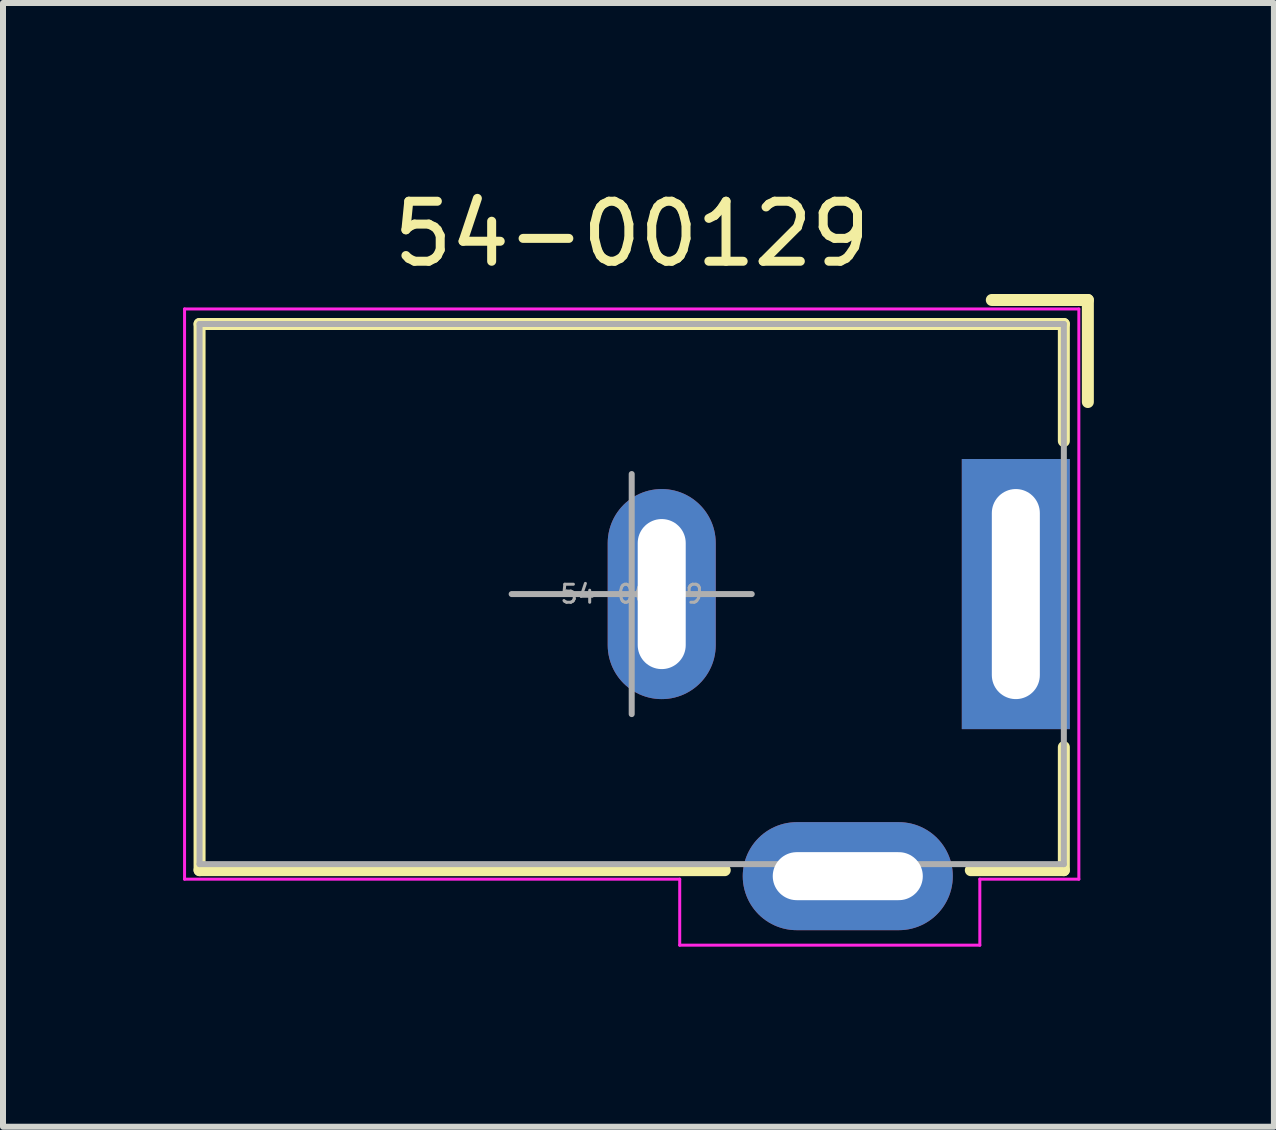
<source format=kicad_pcb>
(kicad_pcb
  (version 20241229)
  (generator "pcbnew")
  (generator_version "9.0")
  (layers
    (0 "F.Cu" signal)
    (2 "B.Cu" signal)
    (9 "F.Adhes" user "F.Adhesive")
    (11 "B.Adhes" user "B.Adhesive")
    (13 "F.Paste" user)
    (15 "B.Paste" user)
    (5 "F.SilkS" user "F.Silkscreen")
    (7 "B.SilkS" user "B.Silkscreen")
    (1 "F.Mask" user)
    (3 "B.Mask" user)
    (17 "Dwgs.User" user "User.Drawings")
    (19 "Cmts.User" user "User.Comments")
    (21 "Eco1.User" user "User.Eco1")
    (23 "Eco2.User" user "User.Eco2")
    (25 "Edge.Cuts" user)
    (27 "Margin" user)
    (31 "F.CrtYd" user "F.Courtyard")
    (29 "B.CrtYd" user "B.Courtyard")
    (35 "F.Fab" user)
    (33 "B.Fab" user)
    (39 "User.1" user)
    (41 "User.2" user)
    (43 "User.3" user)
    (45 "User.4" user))
  (footprint "54-00129"
    (layer "F.Cu")
    (at 7.475 6.848)
    (property "Reference" "54-00129" (at 0 -6 0) (layer "F.SilkS") (effects (font (size 1 1) (thickness 0.15))))
    (attr through_hole)
    (fp_line (start -7.2 -4.5) (end 7.2 -4.5) (stroke (width 0.2) (type solid)) (layer "F.SilkS"))
    (fp_line (start -7.2 4.6) (end -7.2 -4.5) (stroke (width 0.2) (type solid)) (layer "F.SilkS"))
    (fp_line (start 1.55 4.6) (end -7.2 4.6) (stroke (width 0.2) (type solid)) (layer "F.SilkS"))
    (fp_line (start 7.2 -4.5) (end 7.2 -2.55) (stroke (width 0.2) (type solid)) (layer "F.SilkS"))
    (fp_line (start 7.2 2.55) (end 7.2 4.6) (stroke (width 0.2) (type solid)) (layer "F.SilkS"))
    (fp_line (start 7.2 4.6) (end 5.65 4.6) (stroke (width 0.2) (type solid)) (layer "F.SilkS"))
    (fp_line (start 7.6 -4.9) (end 6 -4.9) (stroke (width 0.2) (type solid)) (layer "F.SilkS"))
    (fp_line (start 7.6 -3.2) (end 7.6 -4.9) (stroke (width 0.2) (type solid)) (layer "F.SilkS"))
    (fp_line (start -7.45 -4.75) (end -7.45 4.75) (stroke (width 0.05) (type solid)) (layer "F.CrtYd"))
    (fp_line (start -7.45 4.75) (end 0.8 4.75) (stroke (width 0.05) (type solid)) (layer "F.CrtYd"))
    (fp_line (start 0.8 5.85) (end 0.8 4.75) (stroke (width 0.05) (type solid)) (layer "F.CrtYd"))
    (fp_line (start 5.8 4.75) (end 7.45 4.75) (stroke (width 0.05) (type solid)) (layer "F.CrtYd"))
    (fp_line (start 5.8 5.85) (end 0.8 5.85) (stroke (width 0.05) (type solid)) (layer "F.CrtYd"))
    (fp_line (start 5.8 5.85) (end 5.8 4.75) (stroke (width 0.05) (type solid)) (layer "F.CrtYd"))
    (fp_line (start 7.45 -4.75) (end -7.45 -4.75) (stroke (width 0.05) (type solid)) (layer "F.CrtYd"))
    (fp_line (start 7.45 4.75) (end 7.45 -4.75) (stroke (width 0.05) (type solid)) (layer "F.CrtYd"))
    (fp_line (start -7.2 -4.5) (end 7.2 -4.5) (stroke (width 0.1) (type solid)) (layer "F.Fab"))
    (fp_line (start -7.2 4.5) (end -7.2 -4.5) (stroke (width 0.1) (type solid)) (layer "F.Fab"))
    (fp_line (start -2 0) (end 2 0) (stroke (width 0.1) (type solid)) (layer "F.Fab"))
    (fp_line (start 0 -2) (end 0 2) (stroke (width 0.1) (type solid)) (layer "F.Fab"))
    (fp_line (start 7.2 4.5) (end -7.2 4.5) (stroke (width 0.1) (type solid)) (layer "F.Fab"))
    (fp_line (start 7.2 4.5) (end 7.2 -4.5) (stroke (width 0.1) (type solid)) (layer "F.Fab"))
    (fp_text user "${REFERENCE}" (at 0 0 0) (layer "F.Fab") (effects (font (size 0.3 0.3) (thickness 0.05))))
    (pad "1" thru_hole rect (at 6.4 0 270) (size 4.5 1.8) (drill oval 3.5 0.8) (layers "*.Cu" "*.Mask"))
    (pad "2" thru_hole oval (at 0.5 0 270) (size 3.5 1.8) (drill oval 2.5 0.8) (layers "*.Cu" "*.Mask"))
    (pad "3" thru_hole oval (at 3.6 4.7) (size 3.5 1.8) (drill oval 2.5 0.8) (layers "*.Cu" "*.Mask")))
  (gr_rect
    (start -3 -3)
    (end 18.175 15.723)
    (stroke (width 0.1) (type default))
    (fill no)
    (layer "Edge.Cuts")))
</source>
